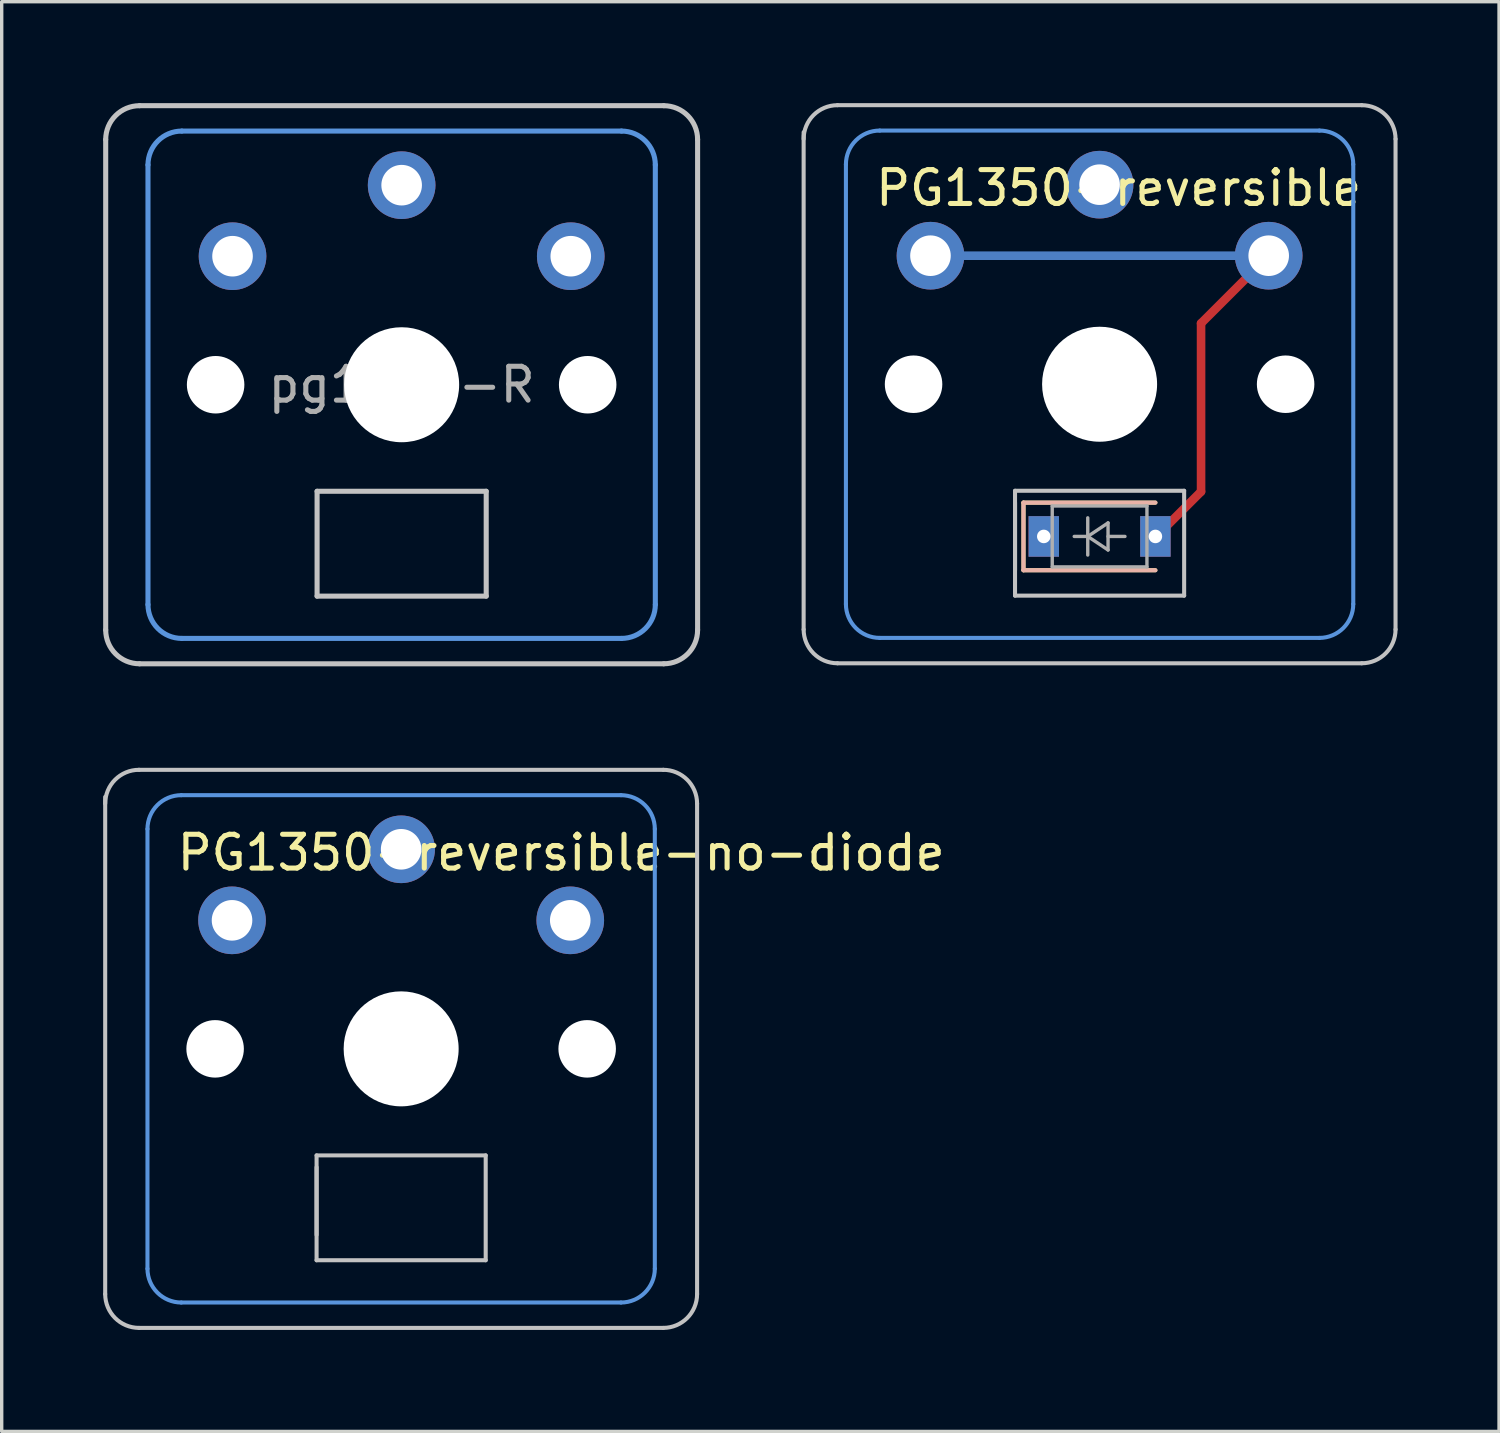
<source format=kicad_pcb>
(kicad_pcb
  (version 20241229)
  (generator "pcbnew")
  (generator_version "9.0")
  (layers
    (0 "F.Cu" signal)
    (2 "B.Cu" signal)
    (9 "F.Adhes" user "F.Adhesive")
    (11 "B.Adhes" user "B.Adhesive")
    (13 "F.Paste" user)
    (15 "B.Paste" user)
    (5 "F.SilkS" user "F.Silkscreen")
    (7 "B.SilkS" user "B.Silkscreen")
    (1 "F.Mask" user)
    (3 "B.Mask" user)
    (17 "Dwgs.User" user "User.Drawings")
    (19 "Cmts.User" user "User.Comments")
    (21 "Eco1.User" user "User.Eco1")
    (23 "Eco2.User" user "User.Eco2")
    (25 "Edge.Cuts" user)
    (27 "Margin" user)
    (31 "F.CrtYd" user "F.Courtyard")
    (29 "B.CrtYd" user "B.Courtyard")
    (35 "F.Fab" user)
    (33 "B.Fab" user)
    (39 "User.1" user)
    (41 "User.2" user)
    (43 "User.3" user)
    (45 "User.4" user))
  (footprint "PG1350-reversible"
    (layer "F.Cu")
    (at 29.46 12.81)
    (property "Reference" "PG1350-reversible" (at -6.7 -10.3 0) (layer "F.SilkS") (effects (font (size 1 1) (thickness 0.15)) (justify left)))
    (attr smd)
    (fp_line (start 1.65 0.025) (end 3 -1.325) (stroke (width 0.254) (type solid)) (layer "F.Cu"))
    (fp_line (start 3 -1.325) (end 3 -6.3) (stroke (width 0.254) (type solid)) (layer "F.Cu"))
    (fp_line (start 5 -8.3) (end 3 -6.3) (stroke (width 0.254) (type solid)) (layer "F.Cu"))
    (fp_line (start 5 -8.3) (end -5 -8.3) (stroke (width 0.254) (type solid)) (layer "B.Cu"))
    (fp_line (start -2.25 -1) (end -2.25 1) (stroke (width 0.12) (type solid)) (layer "F.SilkS"))
    (fp_line (start -2.25 -1) (end 1.65 -1) (stroke (width 0.12) (type solid)) (layer "F.SilkS"))
    (fp_line (start -2.25 1) (end 1.65 1) (stroke (width 0.12) (type solid)) (layer "F.SilkS"))
    (fp_line (start -2.25 -1) (end -2.25 1) (stroke (width 0.12) (type solid)) (layer "B.SilkS"))
    (fp_line (start -2.25 1) (end 1.65 1) (stroke (width 0.12) (type solid)) (layer "B.SilkS"))
    (fp_line (start 1.65 -1) (end -2.25 -1) (stroke (width 0.12) (type solid)) (layer "B.SilkS"))
    (fp_line (start -8.75 2.75) (end -8.75 -11.95) (stroke (width 0.12) (type solid)) (layer "Dwgs.User"))
    (fp_line (start -7.75 -12.75) (end 7.75 -12.75) (stroke (width 0.12) (type solid)) (layer "Dwgs.User"))
    (fp_line (start -2.5 -1.35) (end -2.5 1.75) (stroke (width 0.12) (type solid)) (layer "Dwgs.User"))
    (fp_line (start -2.5 1) (end -2.5 -1) (stroke (width 0.12) (type solid)) (layer "Dwgs.User"))
    (fp_line (start -2.5 1.75) (end 2.5 1.75) (stroke (width 0.12) (type solid)) (layer "Dwgs.User"))
    (fp_line (start 2.5 -1.35) (end -2.5 -1.35) (stroke (width 0.12) (type solid)) (layer "Dwgs.User"))
    (fp_line (start 2.5 1.75) (end 2.5 -1.35) (stroke (width 0.12) (type solid)) (layer "Dwgs.User"))
    (fp_line (start 7.75 3.75) (end -7.75 3.75) (stroke (width 0.12) (type solid)) (layer "Dwgs.User"))
    (fp_line (start 8.75 -11.75) (end 8.75 2.75) (stroke (width 0.12) (type solid)) (layer "Dwgs.User"))
    (fp_arc (start -8.75 -11.75) (mid -8.457107 -12.457107) (end -7.75 -12.75) (stroke (width 0.12) (type solid)) (layer "Dwgs.User"))
    (fp_arc (start -7.75 3.75) (mid -8.457107 3.457107) (end -8.75 2.75) (stroke (width 0.12) (type solid)) (layer "Dwgs.User"))
    (fp_arc (start 7.75 -12.75) (mid 8.457107 -12.457107) (end 8.75 -11.75) (stroke (width 0.12) (type solid)) (layer "Dwgs.User"))
    (fp_arc (start 8.75 2.75) (mid 8.457107 3.457107) (end 7.75 3.75) (stroke (width 0.12) (type solid)) (layer "Dwgs.User"))
    (fp_line (start -7.5 -11) (end -7.5 2) (stroke (width 0.12) (type solid)) (layer "Cmts.User"))
    (fp_line (start -6.5 3) (end 6.5 3) (stroke (width 0.12) (type solid)) (layer "Cmts.User"))
    (fp_line (start 6.5 -12) (end -6.5 -12) (stroke (width 0.12) (type solid)) (layer "Cmts.User"))
    (fp_line (start 7.5 2) (end 7.5 -11) (stroke (width 0.12) (type solid)) (layer "Cmts.User"))
    (fp_arc (start -7.5 -11) (mid -7.207107 -11.707107) (end -6.5 -12) (stroke (width 0.12) (type solid)) (layer "Cmts.User"))
    (fp_arc (start -6.5 3) (mid -7.207107 2.707107) (end -7.5 2) (stroke (width 0.12) (type solid)) (layer "Cmts.User"))
    (fp_arc (start 6.5 -12) (mid 7.207107 -11.707107) (end 7.5 -11) (stroke (width 0.12) (type solid)) (layer "Cmts.User"))
    (fp_arc (start 7.5 2) (mid 7.207107 2.707107) (end 6.5 3) (stroke (width 0.12) (type solid)) (layer "Cmts.User"))
    (fp_line (start -1.4 -0.9) (end 1.4 -0.9) (stroke (width 0.1) (type solid)) (layer "F.Fab"))
    (fp_line (start -1.4 0.9) (end -1.4 -0.9) (stroke (width 0.1) (type solid)) (layer "F.Fab"))
    (fp_line (start -0.75 0) (end -0.35 0) (stroke (width 0.1) (type solid)) (layer "F.Fab"))
    (fp_line (start -0.35 0) (end -0.35 -0.55) (stroke (width 0.1) (type solid)) (layer "F.Fab"))
    (fp_line (start -0.35 0) (end -0.35 0.55) (stroke (width 0.1) (type solid)) (layer "F.Fab"))
    (fp_line (start -0.35 0) (end 0.25 -0.4) (stroke (width 0.1) (type solid)) (layer "F.Fab"))
    (fp_line (start 0.25 -0.4) (end 0.25 0.4) (stroke (width 0.1) (type solid)) (layer "F.Fab"))
    (fp_line (start 0.25 0) (end 0.75 0) (stroke (width 0.1) (type solid)) (layer "F.Fab"))
    (fp_line (start 0.25 0.4) (end -0.35 0) (stroke (width 0.1) (type solid)) (layer "F.Fab"))
    (fp_line (start 1.4 -0.9) (end 1.4 0.9) (stroke (width 0.1) (type solid)) (layer "F.Fab"))
    (fp_line (start 1.4 0.9) (end -1.4 0.9) (stroke (width 0.1) (type solid)) (layer "F.Fab"))
    (pad "" np_thru_hole circle (at -5.5 -4.5) (size 1.7 1.7) (drill 1.7) (layers "*.Cu" "*.Mask"))
    (pad "" np_thru_hole circle (at 0 -4.5) (size 3.4 3.4) (drill 3.4) (layers "*.Cu" "*.Mask"))
    (pad "" np_thru_hole circle (at 5.5 -4.5) (size 1.7 1.7) (drill 1.7) (layers "*.Cu" "*.Mask"))
    (pad "1" thru_hole circle (at 0 -10.4) (size 2 2) (drill 1.2) (layers "*.Cu" "*.Mask"))
    (pad "2" thru_hole circle (at -5 -8.3 221.9) (size 2 2) (drill 1.2) (layers "*.Cu" "F.Mask"))
    (pad "2" thru_hole circle (at 5 -8.3 221.9) (size 2 2) (drill 1.2) (layers "*.Cu" "B.Mask"))
    (pad "3" thru_hole rect (at -1.65 0) (size 0.9 1.2) (drill 0.4) (layers "*.Cu" "*.Mask"))
    (pad "4" thru_hole rect (at 1.65 0) (size 0.9 1.2) (drill 0.4) (layers "*.Cu" "*.Mask")))
  (footprint "pg1350-R"
    (layer "F.Cu")
    (at 8.825 8.325)
    (property "Reference" "pg1350-R" (at 0 0 0) (layer "F.Fab") (effects (font (size 1 1) (thickness 0.15))))
    (attr through_hole)
    (fp_line (start -8.75 7.25) (end -8.75 -7.25) (stroke (width 0.15) (type solid)) (layer "Dwgs.User"))
    (fp_line (start -7.75 -8.25) (end 7.75 -8.25) (stroke (width 0.15) (type solid)) (layer "Dwgs.User"))
    (fp_line (start -2.5 3.15) (end -2.5 6.25) (stroke (width 0.15) (type solid)) (layer "Dwgs.User"))
    (fp_line (start -2.5 6.25) (end 2.5 6.25) (stroke (width 0.15) (type solid)) (layer "Dwgs.User"))
    (fp_line (start 2.5 3.15) (end -2.5 3.15) (stroke (width 0.15) (type solid)) (layer "Dwgs.User"))
    (fp_line (start 2.5 6.25) (end 2.5 3.15) (stroke (width 0.15) (type solid)) (layer "Dwgs.User"))
    (fp_line (start 7.75 8.25) (end -7.75 8.25) (stroke (width 0.15) (type solid)) (layer "Dwgs.User"))
    (fp_line (start 8.75 -7.25) (end 8.75 7.25) (stroke (width 0.15) (type solid)) (layer "Dwgs.User"))
    (fp_arc (start -8.75 -7.25) (mid -8.457107 -7.957107) (end -7.75 -8.25) (stroke (width 0.15) (type solid)) (layer "Dwgs.User"))
    (fp_arc (start -7.75 8.25) (mid -8.457107 7.957107) (end -8.75 7.25) (stroke (width 0.15) (type solid)) (layer "Dwgs.User"))
    (fp_arc (start 7.75 -8.25) (mid 8.457107 -7.957107) (end 8.75 -7.25) (stroke (width 0.15) (type solid)) (layer "Dwgs.User"))
    (fp_arc (start 8.75 7.25) (mid 8.457107 7.957107) (end 7.75 8.25) (stroke (width 0.15) (type solid)) (layer "Dwgs.User"))
    (fp_line (start -7.5 6.5) (end -7.5 -6.5) (stroke (width 0.15) (type solid)) (layer "Cmts.User"))
    (fp_line (start -6.5 -7.5) (end 6.5 -7.5) (stroke (width 0.15) (type solid)) (layer "Cmts.User"))
    (fp_line (start 6.5 7.5) (end -6.5 7.5) (stroke (width 0.15) (type solid)) (layer "Cmts.User"))
    (fp_line (start 7.5 -6.5) (end 7.5 6.5) (stroke (width 0.15) (type solid)) (layer "Cmts.User"))
    (fp_arc (start -7.5 -6.5) (mid -7.207107 -7.207107) (end -6.5 -7.5) (stroke (width 0.15) (type solid)) (layer "Cmts.User"))
    (fp_arc (start -6.5 7.5) (mid -7.207107 7.207107) (end -7.5 6.5) (stroke (width 0.15) (type solid)) (layer "Cmts.User"))
    (fp_arc (start 6.5 -7.5) (mid 7.207107 -7.207107) (end 7.5 -6.5) (stroke (width 0.15) (type solid)) (layer "Cmts.User"))
    (fp_arc (start 7.5 6.5) (mid 7.207107 7.207107) (end 6.5 7.5) (stroke (width 0.15) (type solid)) (layer "Cmts.User"))
    (pad "" np_thru_hole circle (at -5.5 0) (size 1.7 1.7) (drill 1.7) (layers "*.Cu" "*.Mask"))
    (pad "" np_thru_hole circle (at 0 0) (size 3.4 3.4) (drill 3.4) (layers "*.Cu" "*.Mask"))
    (pad "" np_thru_hole circle (at 5.5 0) (size 1.7 1.7) (drill 1.7) (layers "*.Cu" "*.Mask"))
    (pad "1" thru_hole circle (at 0 -5.9) (size 2 2) (drill 1.2) (layers "*.Cu" "*.Mask"))
    (pad "2" thru_hole circle (at -5 -3.8) (size 2 2) (drill 1.2) (layers "*.Cu" "F.Mask"))
    (pad "2" thru_hole circle (at 5 -3.8) (size 2 2) (drill 1.2) (layers "*.Cu" "B.Mask")))
  (footprint "PG1350-reversible-no-diode"
    (layer "F.Cu")
    (at 8.81 27.96)
    (property "Reference" "PG1350-reversible-no-diode" (at -6.7 -5.8 0) (layer "F.SilkS") (effects (font (size 1 1) (thickness 0.15)) (justify left)))
    (attr through_hole)
    (fp_line (start -8.75 7.25) (end -8.75 -7.45) (stroke (width 0.12) (type solid)) (layer "Dwgs.User"))
    (fp_line (start -7.75 -8.25) (end 7.75 -8.25) (stroke (width 0.12) (type solid)) (layer "Dwgs.User"))
    (fp_line (start -2.5 3.15) (end -2.5 6.25) (stroke (width 0.12) (type solid)) (layer "Dwgs.User"))
    (fp_line (start -2.5 5.5) (end -2.5 3.5) (stroke (width 0.12) (type solid)) (layer "Dwgs.User"))
    (fp_line (start -2.5 6.25) (end 2.5 6.25) (stroke (width 0.12) (type solid)) (layer "Dwgs.User"))
    (fp_line (start 2.5 3.15) (end -2.5 3.15) (stroke (width 0.12) (type solid)) (layer "Dwgs.User"))
    (fp_line (start 2.5 6.25) (end 2.5 3.15) (stroke (width 0.12) (type solid)) (layer "Dwgs.User"))
    (fp_line (start 7.75 8.25) (end -7.75 8.25) (stroke (width 0.12) (type solid)) (layer "Dwgs.User"))
    (fp_line (start 8.75 -7.25) (end 8.75 7.25) (stroke (width 0.12) (type solid)) (layer "Dwgs.User"))
    (fp_arc (start -8.75 -7.25) (mid -8.457107 -7.957107) (end -7.75 -8.25) (stroke (width 0.12) (type solid)) (layer "Dwgs.User"))
    (fp_arc (start -7.75 8.25) (mid -8.457107 7.957107) (end -8.75 7.25) (stroke (width 0.12) (type solid)) (layer "Dwgs.User"))
    (fp_arc (start 7.75 -8.25) (mid 8.457107 -7.957107) (end 8.75 -7.25) (stroke (width 0.12) (type solid)) (layer "Dwgs.User"))
    (fp_arc (start 8.75 7.25) (mid 8.457107 7.957107) (end 7.75 8.25) (stroke (width 0.12) (type solid)) (layer "Dwgs.User"))
    (fp_line (start -7.5 -6.5) (end -7.5 6.5) (stroke (width 0.12) (type solid)) (layer "Cmts.User"))
    (fp_line (start -6.5 7.5) (end 6.5 7.5) (stroke (width 0.12) (type solid)) (layer "Cmts.User"))
    (fp_line (start 6.5 -7.5) (end -6.5 -7.5) (stroke (width 0.12) (type solid)) (layer "Cmts.User"))
    (fp_line (start 7.5 6.5) (end 7.5 -6.5) (stroke (width 0.12) (type solid)) (layer "Cmts.User"))
    (fp_arc (start -7.5 -6.5) (mid -7.207107 -7.207107) (end -6.5 -7.5) (stroke (width 0.12) (type solid)) (layer "Cmts.User"))
    (fp_arc (start -6.5 7.5) (mid -7.207107 7.207107) (end -7.5 6.5) (stroke (width 0.12) (type solid)) (layer "Cmts.User"))
    (fp_arc (start 6.5 -7.5) (mid 7.207107 -7.207107) (end 7.5 -6.5) (stroke (width 0.12) (type solid)) (layer "Cmts.User"))
    (fp_arc (start 7.5 6.5) (mid 7.207107 7.207107) (end 6.5 7.5) (stroke (width 0.12) (type solid)) (layer "Cmts.User"))
    (pad "" np_thru_hole circle (at -5.5 0) (size 1.7 1.7) (drill 1.7) (layers "*.Cu" "*.Mask"))
    (pad "" np_thru_hole circle (at 0 0) (size 3.4 3.4) (drill 3.4) (layers "*.Cu" "*.Mask"))
    (pad "" np_thru_hole circle (at 5.5 0) (size 1.7 1.7) (drill 1.7) (layers "*.Cu" "*.Mask"))
    (pad "1" thru_hole circle (at 0 -5.9) (size 2 2) (drill 1.2) (layers "*.Cu" "*.Mask"))
    (pad "2" thru_hole circle (at -5 -3.8 221.9) (size 2 2) (drill 1.2) (layers "*.Cu" "F.Mask"))
    (pad "2" thru_hole circle (at 5 -3.8 221.9) (size 2 2) (drill 1.2) (layers "*.Cu" "B.Mask")))
  (gr_rect
    (start -3 -3)
    (end 41.27 39.27)
    (stroke (width 0.1) (type default))
    (fill no)
    (layer "Edge.Cuts")))
</source>
